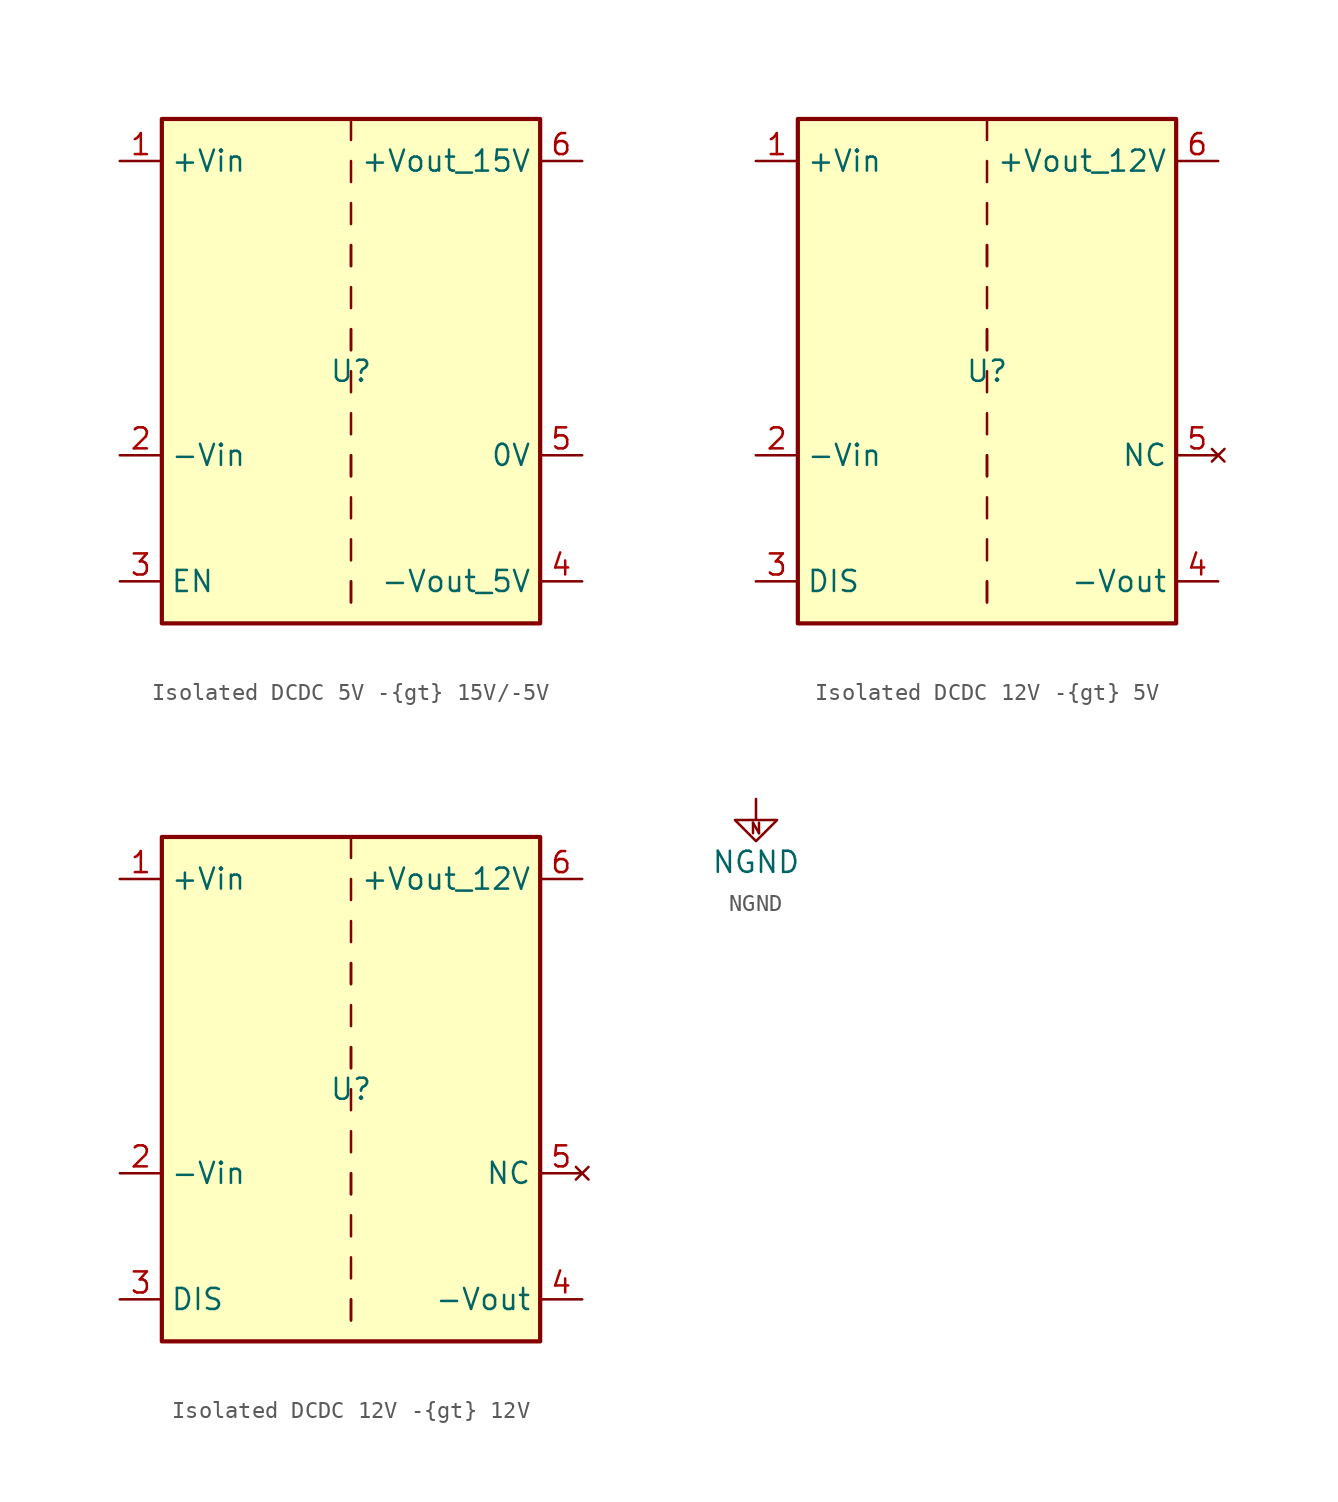
<source format=kicad_sym>
(kicad_symbol_lib
  (version 20241209)
  (generator "kicad_symbol_editor")
  (generator_version "9.0")
  (symbol "Isolated DCDC 5V -{gt} 15V/-5V"
    (property "Reference" "U"
      (at 0 0 0)
      (effects (font (size 1.27 1.27))))
    (property "Value" ""
      (at 0 0 0)
      (effects (font (size 1.27 1.27))))
    (symbol "Isolated DCDC 5V -{gt} 15V/-5V_0_1"
      (rectangle (start -11.43 15.24) (end 11.43 -15.24) (stroke (width 0.254) (type default)) (fill (type background)))
      (polyline (pts (xy 0 15.24) (xy 0 13.97)) (stroke (width 0) (type default)) (fill (type none)))
      (polyline (pts (xy 0 12.7) (xy 0 11.43)) (stroke (width 0) (type default)) (fill (type none)))
      (polyline (pts (xy 0 10.16) (xy 0 8.89)) (stroke (width 0) (type default)) (fill (type none)))
      (polyline (pts (xy 0 7.62) (xy 0 6.35)) (stroke (width 0) (type default)) (fill (type none)))
      (polyline (pts (xy 0 7.62) (xy 0 6.35)) (stroke (width 0) (type default)) (fill (type none)))
      (polyline (pts (xy 0 5.08) (xy 0 3.81)) (stroke (width 0) (type default)) (fill (type none)))
      (polyline (pts (xy 0 2.54) (xy 0 1.27)) (stroke (width 0) (type default)) (fill (type none)))
      (polyline (pts (xy 0 2.54) (xy 0 1.27)) (stroke (width 0) (type default)) (fill (type none)))
      (polyline (pts (xy 0 0) (xy 0 -1.27)) (stroke (width 0) (type default)) (fill (type none)))
      (polyline (pts (xy 0 -2.54) (xy 0 -3.81)) (stroke (width 0) (type default)) (fill (type none)))
      (polyline (pts (xy 0 -5.08) (xy 0 -6.35)) (stroke (width 0) (type default)) (fill (type none)))
      (polyline (pts (xy 0 -5.08) (xy 0 -6.35)) (stroke (width 0) (type default)) (fill (type none)))
      (polyline (pts (xy 0 -7.62) (xy 0 -8.89)) (stroke (width 0) (type default)) (fill (type none)))
      (polyline (pts (xy 0 -10.16) (xy 0 -11.43)) (stroke (width 0) (type default)) (fill (type none)))
      (polyline (pts (xy 0 -12.7) (xy 0 -13.97)) (stroke (width 0) (type default)) (fill (type none)))
      (polyline (pts (xy 0 -12.7) (xy 0 -13.97)) (stroke (width 0) (type default)) (fill (type none))))
    (symbol "Isolated DCDC 5V -{gt} 15V/-5V_1_0"
      (pin power_in line (at -13.97 12.7 0) (length 2.54) (name "+Vin" (effects (font (size 1.27 1.27)))) (number "1" (effects (font (size 1.27 1.27)))))
      (pin power_in line (at -13.97 -5.08 0) (length 2.54) (name "-Vin" (effects (font (size 1.27 1.27)))) (number "2" (effects (font (size 1.27 1.27)))))
      (pin power_out line (at 13.97 12.7 180) (length 2.54) (name "+Vout_15V" (effects (font (size 1.27 1.27)))) (number "6" (effects (font (size 1.27 1.27)))))
      (pin power_out line (at 13.97 -5.08 180) (length 2.54) (name "0V" (effects (font (size 1.27 1.27)))) (number "5" (effects (font (size 1.27 1.27)))))
      (pin power_out line (at 13.97 -12.7 180) (length 2.54) (name "-Vout_5V" (effects (font (size 1.27 1.27)))) (number "4" (effects (font (size 1.27 1.27))))))
    (symbol "Isolated DCDC 5V -{gt} 15V/-5V_1_1"
      (pin input line (at -13.97 -12.7 0) (length 2.54) (name "EN" (effects (font (size 1.27 1.27)))) (number "3" (effects (font (size 1.27 1.27)))))))
  (symbol "Isolated DCDC 12V -{gt} 5V"
    (property "Reference" "U"
      (at 0 0 0)
      (effects (font (size 1.27 1.27))))
    (property "Value" ""
      (at 0 0 0)
      (effects (font (size 1.27 1.27))))
    (symbol "Isolated DCDC 12V -{gt} 5V_0_1"
      (rectangle (start -11.43 15.24) (end 11.43 -15.24) (stroke (width 0.254) (type default)) (fill (type background)))
      (polyline (pts (xy 0 15.24) (xy 0 13.97)) (stroke (width 0) (type default)) (fill (type none)))
      (polyline (pts (xy 0 12.7) (xy 0 11.43)) (stroke (width 0) (type default)) (fill (type none)))
      (polyline (pts (xy 0 10.16) (xy 0 8.89)) (stroke (width 0) (type default)) (fill (type none)))
      (polyline (pts (xy 0 7.62) (xy 0 6.35)) (stroke (width 0) (type default)) (fill (type none)))
      (polyline (pts (xy 0 7.62) (xy 0 6.35)) (stroke (width 0) (type default)) (fill (type none)))
      (polyline (pts (xy 0 5.08) (xy 0 3.81)) (stroke (width 0) (type default)) (fill (type none)))
      (polyline (pts (xy 0 2.54) (xy 0 1.27)) (stroke (width 0) (type default)) (fill (type none)))
      (polyline (pts (xy 0 2.54) (xy 0 1.27)) (stroke (width 0) (type default)) (fill (type none)))
      (polyline (pts (xy 0 0) (xy 0 -1.27)) (stroke (width 0) (type default)) (fill (type none)))
      (polyline (pts (xy 0 -2.54) (xy 0 -3.81)) (stroke (width 0) (type default)) (fill (type none)))
      (polyline (pts (xy 0 -5.08) (xy 0 -6.35)) (stroke (width 0) (type default)) (fill (type none)))
      (polyline (pts (xy 0 -5.08) (xy 0 -6.35)) (stroke (width 0) (type default)) (fill (type none)))
      (polyline (pts (xy 0 -7.62) (xy 0 -8.89)) (stroke (width 0) (type default)) (fill (type none)))
      (polyline (pts (xy 0 -10.16) (xy 0 -11.43)) (stroke (width 0) (type default)) (fill (type none)))
      (polyline (pts (xy 0 -12.7) (xy 0 -13.97)) (stroke (width 0) (type default)) (fill (type none)))
      (polyline (pts (xy 0 -12.7) (xy 0 -13.97)) (stroke (width 0) (type default)) (fill (type none))))
    (symbol "Isolated DCDC 12V -{gt} 5V_1_0"
      (pin power_in line (at -13.97 12.7 0) (length 2.54) (name "+Vin" (effects (font (size 1.27 1.27)))) (number "1" (effects (font (size 1.27 1.27)))))
      (pin power_in line (at -13.97 -5.08 0) (length 2.54) (name "-Vin" (effects (font (size 1.27 1.27)))) (number "2" (effects (font (size 1.27 1.27)))))
      (pin power_out line (at 13.97 12.7 180) (length 2.54) (name "+Vout_12V" (effects (font (size 1.27 1.27)))) (number "6" (effects (font (size 1.27 1.27)))))
      (pin no_connect line (at 13.97 -5.08 180) (length 2.54) (name "NC" (effects (font (size 1.27 1.27)))) (number "5" (effects (font (size 1.27 1.27)))))
      (pin power_out line (at 13.97 -12.7 180) (length 2.54) (name "-Vout" (effects (font (size 1.27 1.27)))) (number "4" (effects (font (size 1.27 1.27))))))
    (symbol "Isolated DCDC 12V -{gt} 5V_1_1"
      (pin input line (at -13.97 -12.7 0) (length 2.54) (name "DIS" (effects (font (size 1.27 1.27)))) (number "3" (effects (font (size 1.27 1.27)))))))
  (symbol "Isolated DCDC 12V -{gt} 12V"
    (property "Reference" "U"
      (at 0 0 0)
      (effects (font (size 1.27 1.27))))
    (property "Value" ""
      (at 0 0 0)
      (effects (font (size 1.27 1.27))))
    (symbol "Isolated DCDC 12V -{gt} 12V_0_1"
      (rectangle (start -11.43 15.24) (end 11.43 -15.24) (stroke (width 0.254) (type default)) (fill (type background)))
      (polyline (pts (xy 0 15.24) (xy 0 13.97)) (stroke (width 0) (type default)) (fill (type none)))
      (polyline (pts (xy 0 12.7) (xy 0 11.43)) (stroke (width 0) (type default)) (fill (type none)))
      (polyline (pts (xy 0 10.16) (xy 0 8.89)) (stroke (width 0) (type default)) (fill (type none)))
      (polyline (pts (xy 0 7.62) (xy 0 6.35)) (stroke (width 0) (type default)) (fill (type none)))
      (polyline (pts (xy 0 7.62) (xy 0 6.35)) (stroke (width 0) (type default)) (fill (type none)))
      (polyline (pts (xy 0 5.08) (xy 0 3.81)) (stroke (width 0) (type default)) (fill (type none)))
      (polyline (pts (xy 0 2.54) (xy 0 1.27)) (stroke (width 0) (type default)) (fill (type none)))
      (polyline (pts (xy 0 2.54) (xy 0 1.27)) (stroke (width 0) (type default)) (fill (type none)))
      (polyline (pts (xy 0 0) (xy 0 -1.27)) (stroke (width 0) (type default)) (fill (type none)))
      (polyline (pts (xy 0 -2.54) (xy 0 -3.81)) (stroke (width 0) (type default)) (fill (type none)))
      (polyline (pts (xy 0 -5.08) (xy 0 -6.35)) (stroke (width 0) (type default)) (fill (type none)))
      (polyline (pts (xy 0 -5.08) (xy 0 -6.35)) (stroke (width 0) (type default)) (fill (type none)))
      (polyline (pts (xy 0 -7.62) (xy 0 -8.89)) (stroke (width 0) (type default)) (fill (type none)))
      (polyline (pts (xy 0 -10.16) (xy 0 -11.43)) (stroke (width 0) (type default)) (fill (type none)))
      (polyline (pts (xy 0 -12.7) (xy 0 -13.97)) (stroke (width 0) (type default)) (fill (type none)))
      (polyline (pts (xy 0 -12.7) (xy 0 -13.97)) (stroke (width 0) (type default)) (fill (type none))))
    (symbol "Isolated DCDC 12V -{gt} 12V_1_0"
      (pin power_in line (at -13.97 12.7 0) (length 2.54) (name "+Vin" (effects (font (size 1.27 1.27)))) (number "1" (effects (font (size 1.27 1.27)))))
      (pin power_in line (at -13.97 -5.08 0) (length 2.54) (name "-Vin" (effects (font (size 1.27 1.27)))) (number "2" (effects (font (size 1.27 1.27)))))
      (pin power_out line (at 13.97 12.7 180) (length 2.54) (name "+Vout_12V" (effects (font (size 1.27 1.27)))) (number "6" (effects (font (size 1.27 1.27)))))
      (pin no_connect line (at 13.97 -5.08 180) (length 2.54) (name "NC" (effects (font (size 1.27 1.27)))) (number "5" (effects (font (size 1.27 1.27)))))
      (pin power_out line (at 13.97 -12.7 180) (length 2.54) (name "-Vout" (effects (font (size 1.27 1.27)))) (number "4" (effects (font (size 1.27 1.27))))))
    (symbol "Isolated DCDC 12V -{gt} 12V_1_1"
      (pin input line (at -13.97 -12.7 0) (length 2.54) (name "DIS" (effects (font (size 1.27 1.27)))) (number "3" (effects (font (size 1.27 1.27)))))))
  (symbol "NGND"
    (power)
    (pin_names
      (offset 0))
    (property "Reference" "#PWR"
      (at 0 -6.35 0)
      (effects (font (size 1.27 1.27)) (hide yes)))
    (property "Value" "NGND"
      (at 0 -3.81 0)
      (effects (font (size 1.27 1.27))))
    (symbol "NGND_0_0"
      (text "N" (at 0 -1.778 0) (effects (font (size 0.63 0.63)))))
    (symbol "NGND_0_1"
      (polyline (pts (xy 0 0) (xy 0 -1.27) (xy 1.27 -1.27) (xy 0 -2.54) (xy -1.27 -1.27) (xy 0 -1.27)) (stroke (width 0) (type default)) (fill (type none))))
    (symbol "NGND_1_1"
      (pin power_in line (at 0 0 270) (length 0) (hide yes) (name "NGND" (effects (font (size 1.27 1.27)))) (number "1" (effects (font (size 1.27 1.27))))))))
</source>
